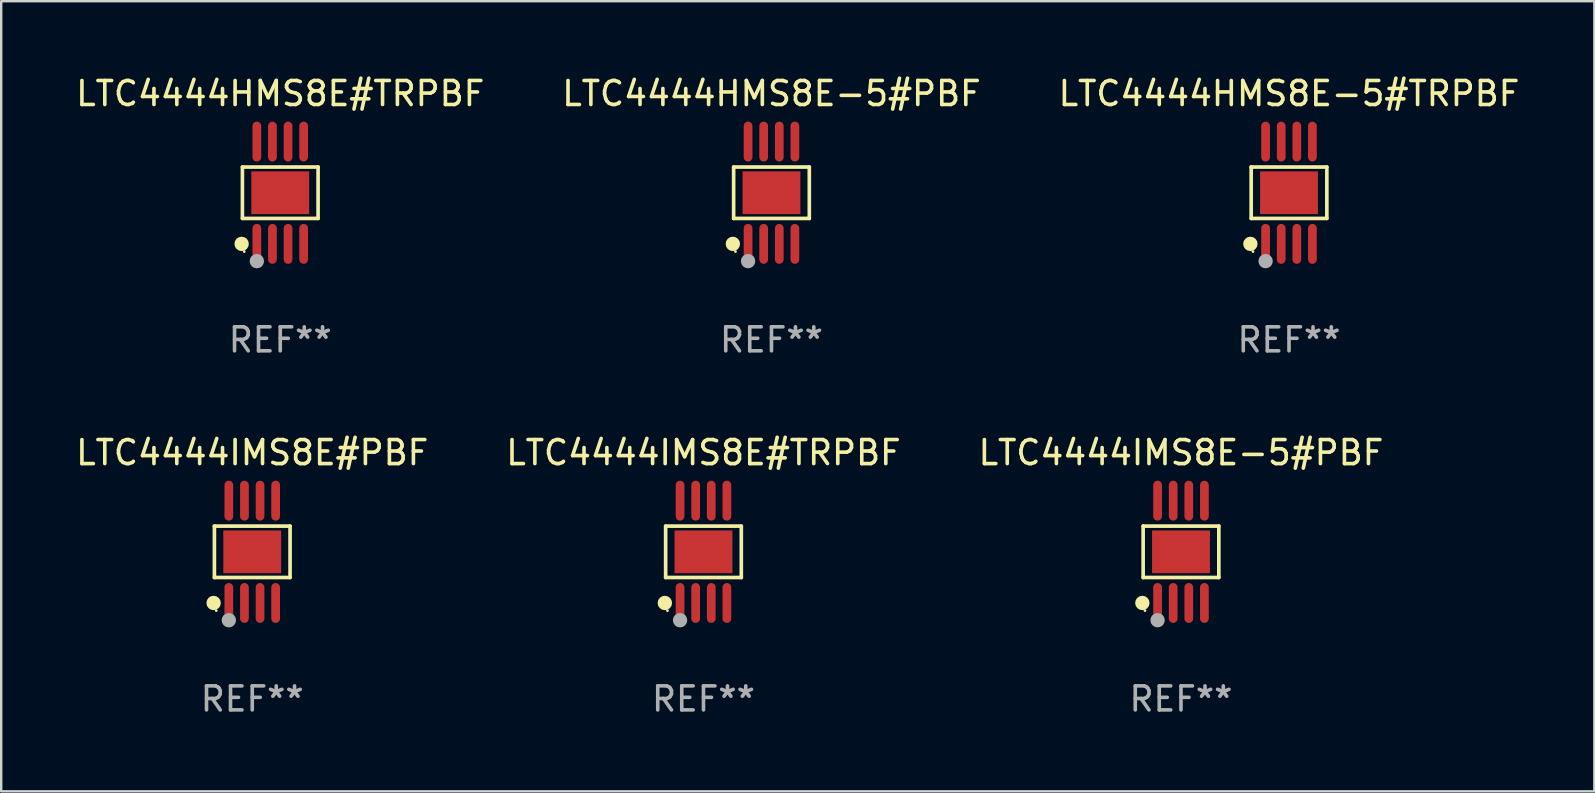
<source format=kicad_pcb>
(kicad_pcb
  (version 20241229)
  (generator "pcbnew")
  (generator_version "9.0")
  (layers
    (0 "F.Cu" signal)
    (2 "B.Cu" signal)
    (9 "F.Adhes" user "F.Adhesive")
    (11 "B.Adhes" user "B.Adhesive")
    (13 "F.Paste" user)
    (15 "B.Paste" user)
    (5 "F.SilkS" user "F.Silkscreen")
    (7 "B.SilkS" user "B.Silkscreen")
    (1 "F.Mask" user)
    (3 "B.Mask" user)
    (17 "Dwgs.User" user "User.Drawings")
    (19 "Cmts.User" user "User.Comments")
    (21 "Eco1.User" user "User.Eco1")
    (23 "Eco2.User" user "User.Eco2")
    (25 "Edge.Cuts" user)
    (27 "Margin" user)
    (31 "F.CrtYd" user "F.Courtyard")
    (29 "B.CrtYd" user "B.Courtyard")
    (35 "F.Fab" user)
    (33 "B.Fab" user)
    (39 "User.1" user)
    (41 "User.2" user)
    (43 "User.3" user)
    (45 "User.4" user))
  (footprint "LTC4444IMS8E#PBF"
    (layer "F.Cu")
    (at 7.458 19.938)
    (property "Reference" "LTC4444IMS8E#PBF" (at 0 -4.131 0) (layer "F.SilkS") (effects (font (size 1 1) (thickness 0.15))))
    (attr through_hole)
    (fp_line (start -1.576 -1.071) (end 1.576 -1.071) (stroke (width 0.152) (type solid)) (layer "F.SilkS"))
    (fp_line (start -1.576 1.071) (end -1.576 -1.071) (stroke (width 0.152) (type solid)) (layer "F.SilkS"))
    (fp_line (start 1.576 -1.071) (end 1.576 1.071) (stroke (width 0.152) (type solid)) (layer "F.SilkS"))
    (fp_line (start 1.576 1.071) (end -1.576 1.071) (stroke (width 0.152) (type solid)) (layer "F.SilkS"))
    (fp_circle (center -1.609 2.131) (end -1.459 2.131) (stroke (width 0.3) (type solid)) (fill no) (layer "F.SilkS"))
    (fp_circle (center -1.5 2.45) (end -1.47 2.45) (stroke (width 0.06) (type solid)) (fill no) (layer "F.SilkS"))
    (fp_circle (center -0.975 2.85) (end -0.825 2.85) (stroke (width 0.3) (type solid)) (fill no) (layer "F.Fab"))
    (fp_text user "REF**" (at 0 6.131 0) (layer "F.Fab") (effects (font (size 1 1) (thickness 0.15))))
    (pad "1" smd oval (at -0.975 2.131) (size 0.364 1.662) (layers "F.Cu" "F.Mask" "F.Paste"))
    (pad "2" smd oval (at -0.325 2.131) (size 0.364 1.662) (layers "F.Cu" "F.Mask" "F.Paste"))
    (pad "3" smd oval (at 0.325 2.131) (size 0.364 1.662) (layers "F.Cu" "F.Mask" "F.Paste"))
    (pad "4" smd oval (at 0.975 2.131) (size 0.364 1.662) (layers "F.Cu" "F.Mask" "F.Paste"))
    (pad "5" smd oval (at 0.975 -2.131) (size 0.364 1.662) (layers "F.Cu" "F.Mask" "F.Paste"))
    (pad "6" smd oval (at 0.325 -2.131) (size 0.364 1.662) (layers "F.Cu" "F.Mask" "F.Paste"))
    (pad "7" smd oval (at -0.325 -2.131) (size 0.364 1.662) (layers "F.Cu" "F.Mask" "F.Paste"))
    (pad "8" smd oval (at -0.975 -2.131) (size 0.364 1.662) (layers "F.Cu" "F.Mask" "F.Paste"))
    (pad "9" smd rect (at 0 0) (size 2.41 1.78) (layers "F.Cu" "F.Mask" "F.Paste")))
  (footprint "LTC4444HMS8E#TRPBF"
    (layer "F.Cu")
    (at 8.625 4.979)
    (property "Reference" "LTC4444HMS8E#TRPBF" (at 0 -4.131 0) (layer "F.SilkS") (effects (font (size 1 1) (thickness 0.15))))
    (attr through_hole)
    (fp_line (start -1.576 -1.071) (end 1.576 -1.071) (stroke (width 0.152) (type solid)) (layer "F.SilkS"))
    (fp_line (start -1.576 1.071) (end -1.576 -1.071) (stroke (width 0.152) (type solid)) (layer "F.SilkS"))
    (fp_line (start 1.576 -1.071) (end 1.576 1.071) (stroke (width 0.152) (type solid)) (layer "F.SilkS"))
    (fp_line (start 1.576 1.071) (end -1.576 1.071) (stroke (width 0.152) (type solid)) (layer "F.SilkS"))
    (fp_circle (center -1.609 2.131) (end -1.459 2.131) (stroke (width 0.3) (type solid)) (fill no) (layer "F.SilkS"))
    (fp_circle (center -1.5 2.45) (end -1.47 2.45) (stroke (width 0.06) (type solid)) (fill no) (layer "F.SilkS"))
    (fp_circle (center -0.975 2.85) (end -0.825 2.85) (stroke (width 0.3) (type solid)) (fill no) (layer "F.Fab"))
    (fp_text user "REF**" (at 0 6.131 0) (layer "F.Fab") (effects (font (size 1 1) (thickness 0.15))))
    (pad "1" smd oval (at -0.975 2.131) (size 0.364 1.662) (layers "F.Cu" "F.Mask" "F.Paste"))
    (pad "2" smd oval (at -0.325 2.131) (size 0.364 1.662) (layers "F.Cu" "F.Mask" "F.Paste"))
    (pad "3" smd oval (at 0.325 2.131) (size 0.364 1.662) (layers "F.Cu" "F.Mask" "F.Paste"))
    (pad "4" smd oval (at 0.975 2.131) (size 0.364 1.662) (layers "F.Cu" "F.Mask" "F.Paste"))
    (pad "5" smd oval (at 0.975 -2.131) (size 0.364 1.662) (layers "F.Cu" "F.Mask" "F.Paste"))
    (pad "6" smd oval (at 0.325 -2.131) (size 0.364 1.662) (layers "F.Cu" "F.Mask" "F.Paste"))
    (pad "7" smd oval (at -0.325 -2.131) (size 0.364 1.662) (layers "F.Cu" "F.Mask" "F.Paste"))
    (pad "8" smd oval (at -0.975 -2.131) (size 0.364 1.662) (layers "F.Cu" "F.Mask" "F.Paste"))
    (pad "9" smd rect (at 0 0) (size 2.41 1.78) (layers "F.Cu" "F.Mask" "F.Paste")))
  (footprint "LTC4444HMS8E-5#PBF"
    (layer "F.Cu")
    (at 29.089 4.979)
    (property "Reference" "LTC4444HMS8E-5#PBF" (at 0 -4.131 0) (layer "F.SilkS") (effects (font (size 1 1) (thickness 0.15))))
    (attr through_hole)
    (fp_line (start -1.576 -1.071) (end 1.576 -1.071) (stroke (width 0.152) (type solid)) (layer "F.SilkS"))
    (fp_line (start -1.576 1.071) (end -1.576 -1.071) (stroke (width 0.152) (type solid)) (layer "F.SilkS"))
    (fp_line (start 1.576 -1.071) (end 1.576 1.071) (stroke (width 0.152) (type solid)) (layer "F.SilkS"))
    (fp_line (start 1.576 1.071) (end -1.576 1.071) (stroke (width 0.152) (type solid)) (layer "F.SilkS"))
    (fp_circle (center -1.609 2.131) (end -1.459 2.131) (stroke (width 0.3) (type solid)) (fill no) (layer "F.SilkS"))
    (fp_circle (center -1.5 2.45) (end -1.47 2.45) (stroke (width 0.06) (type solid)) (fill no) (layer "F.SilkS"))
    (fp_circle (center -0.975 2.85) (end -0.825 2.85) (stroke (width 0.3) (type solid)) (fill no) (layer "F.Fab"))
    (fp_text user "REF**" (at 0 6.131 0) (layer "F.Fab") (effects (font (size 1 1) (thickness 0.15))))
    (pad "1" smd oval (at -0.975 2.131) (size 0.364 1.662) (layers "F.Cu" "F.Mask" "F.Paste"))
    (pad "2" smd oval (at -0.325 2.131) (size 0.364 1.662) (layers "F.Cu" "F.Mask" "F.Paste"))
    (pad "3" smd oval (at 0.325 2.131) (size 0.364 1.662) (layers "F.Cu" "F.Mask" "F.Paste"))
    (pad "4" smd oval (at 0.975 2.131) (size 0.364 1.662) (layers "F.Cu" "F.Mask" "F.Paste"))
    (pad "5" smd oval (at 0.975 -2.131) (size 0.364 1.662) (layers "F.Cu" "F.Mask" "F.Paste"))
    (pad "6" smd oval (at 0.325 -2.131) (size 0.364 1.662) (layers "F.Cu" "F.Mask" "F.Paste"))
    (pad "7" smd oval (at -0.325 -2.131) (size 0.364 1.662) (layers "F.Cu" "F.Mask" "F.Paste"))
    (pad "8" smd oval (at -0.975 -2.131) (size 0.364 1.662) (layers "F.Cu" "F.Mask" "F.Paste"))
    (pad "9" smd rect (at 0 0) (size 2.41 1.78) (layers "F.Cu" "F.Mask" "F.Paste")))
  (footprint "LTC4444HMS8E-5#TRPBF"
    (layer "F.Cu")
    (at 50.649 4.979)
    (property "Reference" "LTC4444HMS8E-5#TRPBF" (at 0 -4.131 0) (layer "F.SilkS") (effects (font (size 1 1) (thickness 0.15))))
    (attr through_hole)
    (fp_line (start -1.576 -1.071) (end 1.576 -1.071) (stroke (width 0.152) (type solid)) (layer "F.SilkS"))
    (fp_line (start -1.576 1.071) (end -1.576 -1.071) (stroke (width 0.152) (type solid)) (layer "F.SilkS"))
    (fp_line (start 1.576 -1.071) (end 1.576 1.071) (stroke (width 0.152) (type solid)) (layer "F.SilkS"))
    (fp_line (start 1.576 1.071) (end -1.576 1.071) (stroke (width 0.152) (type solid)) (layer "F.SilkS"))
    (fp_circle (center -1.609 2.131) (end -1.459 2.131) (stroke (width 0.3) (type solid)) (fill no) (layer "F.SilkS"))
    (fp_circle (center -1.5 2.45) (end -1.47 2.45) (stroke (width 0.06) (type solid)) (fill no) (layer "F.SilkS"))
    (fp_circle (center -0.975 2.85) (end -0.825 2.85) (stroke (width 0.3) (type solid)) (fill no) (layer "F.Fab"))
    (fp_text user "REF**" (at 0 6.131 0) (layer "F.Fab") (effects (font (size 1 1) (thickness 0.15))))
    (pad "1" smd oval (at -0.975 2.131) (size 0.364 1.662) (layers "F.Cu" "F.Mask" "F.Paste"))
    (pad "2" smd oval (at -0.325 2.131) (size 0.364 1.662) (layers "F.Cu" "F.Mask" "F.Paste"))
    (pad "3" smd oval (at 0.325 2.131) (size 0.364 1.662) (layers "F.Cu" "F.Mask" "F.Paste"))
    (pad "4" smd oval (at 0.975 2.131) (size 0.364 1.662) (layers "F.Cu" "F.Mask" "F.Paste"))
    (pad "5" smd oval (at 0.975 -2.131) (size 0.364 1.662) (layers "F.Cu" "F.Mask" "F.Paste"))
    (pad "6" smd oval (at 0.325 -2.131) (size 0.364 1.662) (layers "F.Cu" "F.Mask" "F.Paste"))
    (pad "7" smd oval (at -0.325 -2.131) (size 0.364 1.662) (layers "F.Cu" "F.Mask" "F.Paste"))
    (pad "8" smd oval (at -0.975 -2.131) (size 0.364 1.662) (layers "F.Cu" "F.Mask" "F.Paste"))
    (pad "9" smd rect (at 0 0) (size 2.41 1.78) (layers "F.Cu" "F.Mask" "F.Paste")))
  (footprint "LTC4444IMS8E#TRPBF"
    (layer "F.Cu")
    (at 26.256 19.938)
    (property "Reference" "LTC4444IMS8E#TRPBF" (at 0 -4.131 0) (layer "F.SilkS") (effects (font (size 1 1) (thickness 0.15))))
    (attr through_hole)
    (fp_line (start -1.576 -1.071) (end 1.576 -1.071) (stroke (width 0.152) (type solid)) (layer "F.SilkS"))
    (fp_line (start -1.576 1.071) (end -1.576 -1.071) (stroke (width 0.152) (type solid)) (layer "F.SilkS"))
    (fp_line (start 1.576 -1.071) (end 1.576 1.071) (stroke (width 0.152) (type solid)) (layer "F.SilkS"))
    (fp_line (start 1.576 1.071) (end -1.576 1.071) (stroke (width 0.152) (type solid)) (layer "F.SilkS"))
    (fp_circle (center -1.609 2.131) (end -1.459 2.131) (stroke (width 0.3) (type solid)) (fill no) (layer "F.SilkS"))
    (fp_circle (center -1.5 2.45) (end -1.47 2.45) (stroke (width 0.06) (type solid)) (fill no) (layer "F.SilkS"))
    (fp_circle (center -0.975 2.85) (end -0.825 2.85) (stroke (width 0.3) (type solid)) (fill no) (layer "F.Fab"))
    (fp_text user "REF**" (at 0 6.131 0) (layer "F.Fab") (effects (font (size 1 1) (thickness 0.15))))
    (pad "1" smd oval (at -0.975 2.131) (size 0.364 1.662) (layers "F.Cu" "F.Mask" "F.Paste"))
    (pad "2" smd oval (at -0.325 2.131) (size 0.364 1.662) (layers "F.Cu" "F.Mask" "F.Paste"))
    (pad "3" smd oval (at 0.325 2.131) (size 0.364 1.662) (layers "F.Cu" "F.Mask" "F.Paste"))
    (pad "4" smd oval (at 0.975 2.131) (size 0.364 1.662) (layers "F.Cu" "F.Mask" "F.Paste"))
    (pad "5" smd oval (at 0.975 -2.131) (size 0.364 1.662) (layers "F.Cu" "F.Mask" "F.Paste"))
    (pad "6" smd oval (at 0.325 -2.131) (size 0.364 1.662) (layers "F.Cu" "F.Mask" "F.Paste"))
    (pad "7" smd oval (at -0.325 -2.131) (size 0.364 1.662) (layers "F.Cu" "F.Mask" "F.Paste"))
    (pad "8" smd oval (at -0.975 -2.131) (size 0.364 1.662) (layers "F.Cu" "F.Mask" "F.Paste"))
    (pad "9" smd rect (at 0 0) (size 2.41 1.78) (layers "F.Cu" "F.Mask" "F.Paste")))
  (footprint "LTC4444IMS8E-5#PBF"
    (layer "F.Cu")
    (at 46.149 19.938)
    (property "Reference" "LTC4444IMS8E-5#PBF" (at 0 -4.131 0) (layer "F.SilkS") (effects (font (size 1 1) (thickness 0.15))))
    (attr through_hole)
    (fp_line (start -1.576 -1.071) (end 1.576 -1.071) (stroke (width 0.152) (type solid)) (layer "F.SilkS"))
    (fp_line (start -1.576 1.071) (end -1.576 -1.071) (stroke (width 0.152) (type solid)) (layer "F.SilkS"))
    (fp_line (start 1.576 -1.071) (end 1.576 1.071) (stroke (width 0.152) (type solid)) (layer "F.SilkS"))
    (fp_line (start 1.576 1.071) (end -1.576 1.071) (stroke (width 0.152) (type solid)) (layer "F.SilkS"))
    (fp_circle (center -1.609 2.131) (end -1.459 2.131) (stroke (width 0.3) (type solid)) (fill no) (layer "F.SilkS"))
    (fp_circle (center -1.5 2.45) (end -1.47 2.45) (stroke (width 0.06) (type solid)) (fill no) (layer "F.SilkS"))
    (fp_circle (center -0.975 2.85) (end -0.825 2.85) (stroke (width 0.3) (type solid)) (fill no) (layer "F.Fab"))
    (fp_text user "REF**" (at 0 6.131 0) (layer "F.Fab") (effects (font (size 1 1) (thickness 0.15))))
    (pad "1" smd oval (at -0.975 2.131) (size 0.364 1.662) (layers "F.Cu" "F.Mask" "F.Paste"))
    (pad "2" smd oval (at -0.325 2.131) (size 0.364 1.662) (layers "F.Cu" "F.Mask" "F.Paste"))
    (pad "3" smd oval (at 0.325 2.131) (size 0.364 1.662) (layers "F.Cu" "F.Mask" "F.Paste"))
    (pad "4" smd oval (at 0.975 2.131) (size 0.364 1.662) (layers "F.Cu" "F.Mask" "F.Paste"))
    (pad "5" smd oval (at 0.975 -2.131) (size 0.364 1.662) (layers "F.Cu" "F.Mask" "F.Paste"))
    (pad "6" smd oval (at 0.325 -2.131) (size 0.364 1.662) (layers "F.Cu" "F.Mask" "F.Paste"))
    (pad "7" smd oval (at -0.325 -2.131) (size 0.364 1.662) (layers "F.Cu" "F.Mask" "F.Paste"))
    (pad "8" smd oval (at -0.975 -2.131) (size 0.364 1.662) (layers "F.Cu" "F.Mask" "F.Paste"))
    (pad "9" smd rect (at 0 0) (size 2.41 1.78) (layers "F.Cu" "F.Mask" "F.Paste")))
  (gr_rect
    (start -3 -3)
    (end 63.369 29.917)
    (stroke (width 0.1) (type default))
    (fill no)
    (layer "Edge.Cuts")))
</source>
